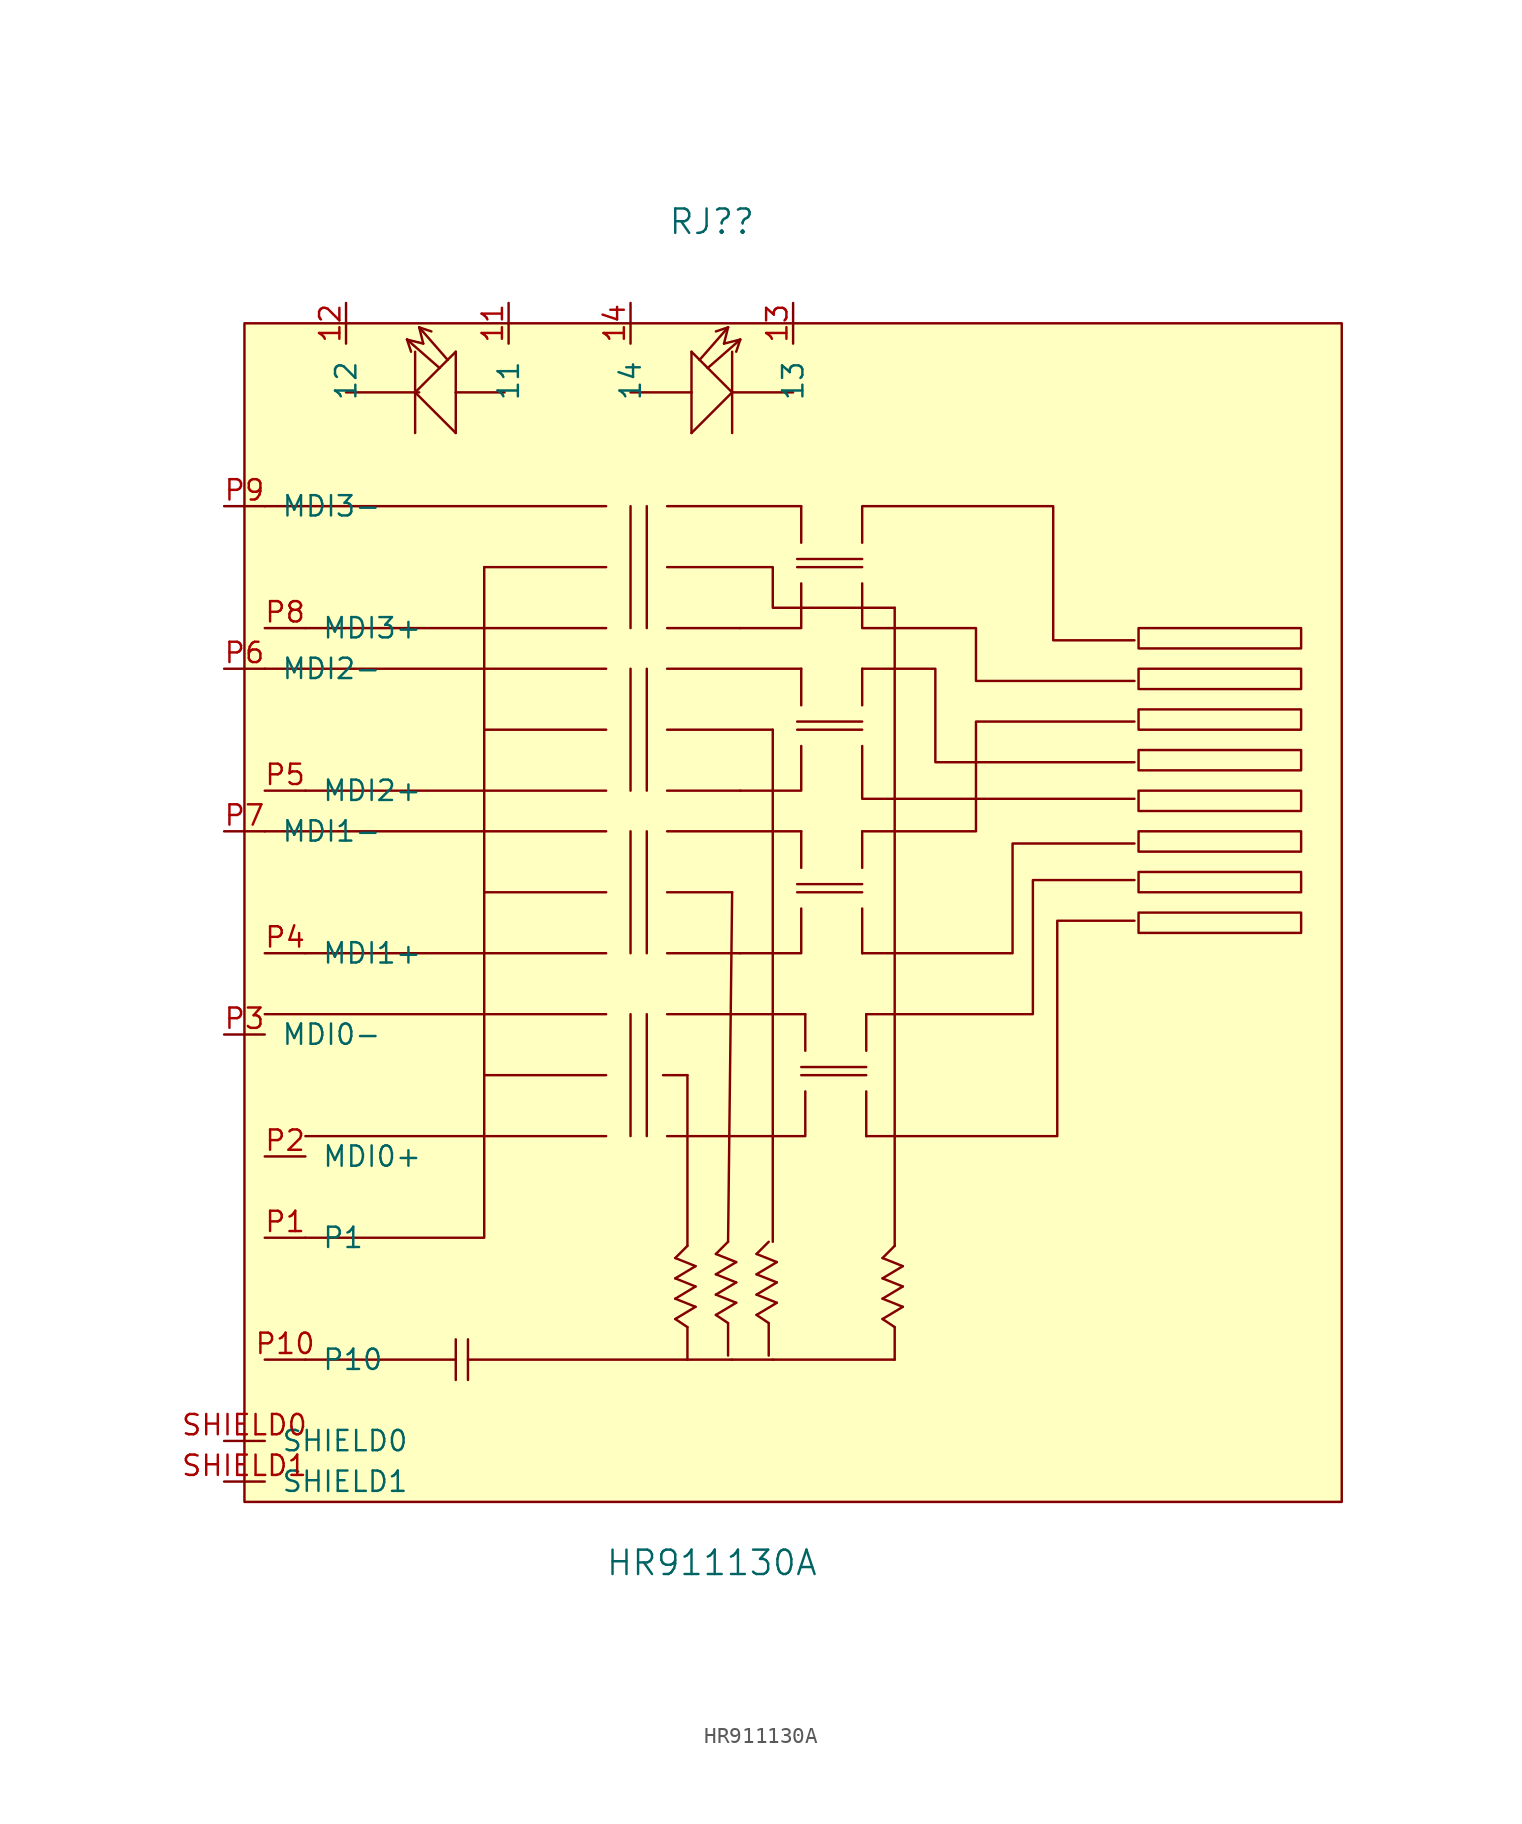
<source format=kicad_sym>
(kicad_symbol_lib
  (version 20211014)
  (generator kicad_symbol_editor)
  (symbol "HR911130A"
    (pin_names
      (offset 1.016))
    (property "Reference" "RJ?"
      (at 0 39.37 0)
      (effects (font (size 1.524 1.524))))
    (property "Value" "HR911130A"
      (at 0 -44.45 0)
      (effects (font (size 1.524 1.524))))
    (property "ki_locked" ""
      (at 0 0 0)
      (effects (font (size 1.27 1.27))))
    (symbol "HR911130A_1_1"
      (rectangle (start -29.21 33.02) (end 39.37 -40.64) (stroke (width 0) (type default) (color 0 0 0 0)) (fill (type background)))
      (polyline (pts (xy -19.05 32.004) (xy -18.796 31.242)) (stroke (width 0) (type default) (color 0 0 0 0)) (fill (type none)))
      (polyline (pts (xy -19.05 32.004) (xy -18.034 31.75)) (stroke (width 0) (type default) (color 0 0 0 0)) (fill (type none)))
      (polyline (pts (xy -18.542 28.702) (xy -18.542 26.162)) (stroke (width 0) (type default) (color 0 0 0 0)) (fill (type none)))
      (polyline (pts (xy -18.542 28.702) (xy -17.018 30.226)) (stroke (width 0) (type default) (color 0 0 0 0)) (fill (type none)))
      (polyline (pts (xy -18.542 31.242) (xy -18.542 28.702)) (stroke (width 0) (type default) (color 0 0 0 0)) (fill (type none)))
      (polyline (pts (xy -18.288 28.702) (xy -22.86 28.702)) (stroke (width 0) (type default) (color 0 0 0 0)) (fill (type none)))
      (polyline (pts (xy -18.288 32.766) (xy -18.034 31.75)) (stroke (width 0) (type default) (color 0 0 0 0)) (fill (type none)))
      (polyline (pts (xy -18.288 32.766) (xy -17.526 32.512)) (stroke (width 0) (type default) (color 0 0 0 0)) (fill (type none)))
      (polyline (pts (xy -17.018 30.226) (xy -19.05 32.004)) (stroke (width 0) (type default) (color 0 0 0 0)) (fill (type none)))
      (polyline (pts (xy -17.018 30.226) (xy -16.51 30.734)) (stroke (width 0) (type default) (color 0 0 0 0)) (fill (type none)))
      (polyline (pts (xy -16.51 30.734) (xy -18.288 32.766)) (stroke (width 0) (type default) (color 0 0 0 0)) (fill (type none)))
      (polyline (pts (xy -16.51 30.734) (xy -16.002 31.242)) (stroke (width 0) (type default) (color 0 0 0 0)) (fill (type none)))
      (polyline (pts (xy -16.002 -31.75) (xy -25.4 -31.75)) (stroke (width 0) (type default) (color 0 0 0 0)) (fill (type none)))
      (polyline (pts (xy -16.002 -30.48) (xy -16.002 -33.02)) (stroke (width 0) (type default) (color 0 0 0 0)) (fill (type none)))
      (polyline (pts (xy -16.002 26.162) (xy -18.542 28.702)) (stroke (width 0) (type default) (color 0 0 0 0)) (fill (type none)))
      (polyline (pts (xy -16.002 28.702) (xy -16.002 26.162)) (stroke (width 0) (type default) (color 0 0 0 0)) (fill (type none)))
      (polyline (pts (xy -16.002 28.702) (xy -12.954 28.702)) (stroke (width 0) (type default) (color 0 0 0 0)) (fill (type none)))
      (polyline (pts (xy -16.002 31.242) (xy -16.002 28.702)) (stroke (width 0) (type default) (color 0 0 0 0)) (fill (type none)))
      (polyline (pts (xy -15.24 -30.48) (xy -15.24 -33.02)) (stroke (width 0) (type default) (color 0 0 0 0)) (fill (type none)))
      (polyline (pts (xy -6.604 -17.78) (xy -25.4 -17.78)) (stroke (width 0) (type default) (color 0 0 0 0)) (fill (type none)))
      (polyline (pts (xy -6.604 -13.97) (xy -14.224 -13.97)) (stroke (width 0) (type default) (color 0 0 0 0)) (fill (type none)))
      (polyline (pts (xy -6.604 -10.16) (xy -27.94 -10.16)) (stroke (width 0) (type default) (color 0 0 0 0)) (fill (type none)))
      (polyline (pts (xy -6.604 -6.35) (xy -25.4 -6.35)) (stroke (width 0) (type default) (color 0 0 0 0)) (fill (type none)))
      (polyline (pts (xy -6.604 -2.54) (xy -14.224 -2.54)) (stroke (width 0) (type default) (color 0 0 0 0)) (fill (type none)))
      (polyline (pts (xy -6.604 1.27) (xy -27.94 1.27)) (stroke (width 0) (type default) (color 0 0 0 0)) (fill (type none)))
      (polyline (pts (xy -6.604 3.81) (xy -25.4 3.81)) (stroke (width 0) (type default) (color 0 0 0 0)) (fill (type none)))
      (polyline (pts (xy -6.604 7.62) (xy -14.224 7.62)) (stroke (width 0) (type default) (color 0 0 0 0)) (fill (type none)))
      (polyline (pts (xy -6.604 11.43) (xy -27.94 11.43)) (stroke (width 0) (type default) (color 0 0 0 0)) (fill (type none)))
      (polyline (pts (xy -6.604 13.97) (xy -25.4 13.97)) (stroke (width 0) (type default) (color 0 0 0 0)) (fill (type none)))
      (polyline (pts (xy -6.604 17.78) (xy -14.224 17.78)) (stroke (width 0) (type default) (color 0 0 0 0)) (fill (type none)))
      (polyline (pts (xy -6.604 21.59) (xy -27.94 21.59)) (stroke (width 0) (type default) (color 0 0 0 0)) (fill (type none)))
      (polyline (pts (xy -5.08 -10.16) (xy -5.08 -17.78)) (stroke (width 0) (type default) (color 0 0 0 0)) (fill (type none)))
      (polyline (pts (xy -5.08 1.27) (xy -5.08 -6.35)) (stroke (width 0) (type default) (color 0 0 0 0)) (fill (type none)))
      (polyline (pts (xy -5.08 11.43) (xy -5.08 3.81)) (stroke (width 0) (type default) (color 0 0 0 0)) (fill (type none)))
      (polyline (pts (xy -5.08 21.59) (xy -5.08 13.97)) (stroke (width 0) (type default) (color 0 0 0 0)) (fill (type none)))
      (polyline (pts (xy -4.064 -10.16) (xy -4.064 -17.78)) (stroke (width 0) (type default) (color 0 0 0 0)) (fill (type none)))
      (polyline (pts (xy -4.064 1.27) (xy -4.064 -6.35)) (stroke (width 0) (type default) (color 0 0 0 0)) (fill (type none)))
      (polyline (pts (xy -4.064 11.43) (xy -4.064 3.81)) (stroke (width 0) (type default) (color 0 0 0 0)) (fill (type none)))
      (polyline (pts (xy -4.064 21.59) (xy -4.064 13.97)) (stroke (width 0) (type default) (color 0 0 0 0)) (fill (type none)))
      (polyline (pts (xy -3.048 -13.97) (xy -1.524 -13.97)) (stroke (width 0) (type default) (color 0 0 0 0)) (fill (type none)))
      (polyline (pts (xy -2.794 -6.35) (xy 1.778 -6.35)) (stroke (width 0) (type default) (color 0 0 0 0)) (fill (type none)))
      (polyline (pts (xy -2.794 -2.54) (xy 1.27 -2.54)) (stroke (width 0) (type default) (color 0 0 0 0)) (fill (type none)))
      (polyline (pts (xy -2.794 3.81) (xy 1.778 3.81)) (stroke (width 0) (type default) (color 0 0 0 0)) (fill (type none)))
      (polyline (pts (xy -2.794 7.62) (xy 3.81 7.62)) (stroke (width 0) (type default) (color 0 0 0 0)) (fill (type none)))
      (polyline (pts (xy -2.794 13.97) (xy 1.778 13.97)) (stroke (width 0) (type default) (color 0 0 0 0)) (fill (type none)))
      (polyline (pts (xy -2.286 -29.21) (xy -1.524 -29.718)) (stroke (width 0) (type default) (color 0 0 0 0)) (fill (type none)))
      (polyline (pts (xy -2.286 -27.94) (xy -1.016 -28.448)) (stroke (width 0) (type default) (color 0 0 0 0)) (fill (type none)))
      (polyline (pts (xy -2.286 -26.67) (xy -1.016 -27.178)) (stroke (width 0) (type default) (color 0 0 0 0)) (fill (type none)))
      (polyline (pts (xy -2.286 -25.4) (xy -1.016 -25.908)) (stroke (width 0) (type default) (color 0 0 0 0)) (fill (type none)))
      (polyline (pts (xy -1.524 -31.75) (xy -15.24 -31.75)) (stroke (width 0) (type default) (color 0 0 0 0)) (fill (type none)))
      (polyline (pts (xy -1.524 -29.718) (xy -1.524 -31.75)) (stroke (width 0) (type default) (color 0 0 0 0)) (fill (type none)))
      (polyline (pts (xy -1.524 -24.638) (xy -2.286 -25.4)) (stroke (width 0) (type default) (color 0 0 0 0)) (fill (type none)))
      (polyline (pts (xy -1.524 -13.97) (xy -1.524 -24.638)) (stroke (width 0) (type default) (color 0 0 0 0)) (fill (type none)))
      (polyline (pts (xy -1.27 26.162) (xy 1.27 28.702)) (stroke (width 0) (type default) (color 0 0 0 0)) (fill (type none)))
      (polyline (pts (xy -1.27 28.702) (xy -5.08 28.702)) (stroke (width 0) (type default) (color 0 0 0 0)) (fill (type none)))
      (polyline (pts (xy -1.27 28.702) (xy -1.27 26.162)) (stroke (width 0) (type default) (color 0 0 0 0)) (fill (type none)))
      (polyline (pts (xy -1.27 31.242) (xy -1.27 28.702)) (stroke (width 0) (type default) (color 0 0 0 0)) (fill (type none)))
      (polyline (pts (xy -1.016 -28.448) (xy -2.286 -29.21)) (stroke (width 0) (type default) (color 0 0 0 0)) (fill (type none)))
      (polyline (pts (xy -1.016 -27.178) (xy -2.286 -27.94)) (stroke (width 0) (type default) (color 0 0 0 0)) (fill (type none)))
      (polyline (pts (xy -1.016 -25.908) (xy -2.286 -26.67)) (stroke (width 0) (type default) (color 0 0 0 0)) (fill (type none)))
      (polyline (pts (xy -0.762 30.734) (xy -1.27 31.242)) (stroke (width 0) (type default) (color 0 0 0 0)) (fill (type none)))
      (polyline (pts (xy -0.762 30.734) (xy 1.016 32.766)) (stroke (width 0) (type default) (color 0 0 0 0)) (fill (type none)))
      (polyline (pts (xy -0.254 30.226) (xy -0.762 30.734)) (stroke (width 0) (type default) (color 0 0 0 0)) (fill (type none)))
      (polyline (pts (xy -0.254 30.226) (xy 1.778 32.004)) (stroke (width 0) (type default) (color 0 0 0 0)) (fill (type none)))
      (polyline (pts (xy 0.254 -28.956) (xy 1.016 -29.464)) (stroke (width 0) (type default) (color 0 0 0 0)) (fill (type none)))
      (polyline (pts (xy 0.254 -27.686) (xy 1.524 -28.194)) (stroke (width 0) (type default) (color 0 0 0 0)) (fill (type none)))
      (polyline (pts (xy 0.254 -26.416) (xy 1.524 -26.924)) (stroke (width 0) (type default) (color 0 0 0 0)) (fill (type none)))
      (polyline (pts (xy 0.254 -25.146) (xy 1.524 -25.654)) (stroke (width 0) (type default) (color 0 0 0 0)) (fill (type none)))
      (polyline (pts (xy 1.016 -29.464) (xy 1.016 -31.496)) (stroke (width 0) (type default) (color 0 0 0 0)) (fill (type none)))
      (polyline (pts (xy 1.016 -24.384) (xy 0.254 -25.146)) (stroke (width 0) (type default) (color 0 0 0 0)) (fill (type none)))
      (polyline (pts (xy 1.016 32.766) (xy 0.254 32.512)) (stroke (width 0) (type default) (color 0 0 0 0)) (fill (type none)))
      (polyline (pts (xy 1.016 32.766) (xy 0.762 31.75)) (stroke (width 0) (type default) (color 0 0 0 0)) (fill (type none)))
      (polyline (pts (xy 1.27 -31.75) (xy -1.524 -31.75)) (stroke (width 0) (type default) (color 0 0 0 0)) (fill (type none)))
      (polyline (pts (xy 1.27 -2.54) (xy 1.016 -24.384)) (stroke (width 0) (type default) (color 0 0 0 0)) (fill (type none)))
      (polyline (pts (xy 1.27 28.702) (xy -0.254 30.226)) (stroke (width 0) (type default) (color 0 0 0 0)) (fill (type none)))
      (polyline (pts (xy 1.27 28.702) (xy 1.27 26.162)) (stroke (width 0) (type default) (color 0 0 0 0)) (fill (type none)))
      (polyline (pts (xy 1.27 28.702) (xy 5.08 28.702)) (stroke (width 0) (type default) (color 0 0 0 0)) (fill (type none)))
      (polyline (pts (xy 1.27 31.242) (xy 1.27 28.702)) (stroke (width 0) (type default) (color 0 0 0 0)) (fill (type none)))
      (polyline (pts (xy 1.524 -28.194) (xy 0.254 -28.956)) (stroke (width 0) (type default) (color 0 0 0 0)) (fill (type none)))
      (polyline (pts (xy 1.524 -26.924) (xy 0.254 -27.686)) (stroke (width 0) (type default) (color 0 0 0 0)) (fill (type none)))
      (polyline (pts (xy 1.524 -25.654) (xy 0.254 -26.416)) (stroke (width 0) (type default) (color 0 0 0 0)) (fill (type none)))
      (polyline (pts (xy 1.778 32.004) (xy 0.762 31.75)) (stroke (width 0) (type default) (color 0 0 0 0)) (fill (type none)))
      (polyline (pts (xy 1.778 32.004) (xy 1.524 31.242)) (stroke (width 0) (type default) (color 0 0 0 0)) (fill (type none)))
      (polyline (pts (xy 2.794 -28.956) (xy 3.556 -29.464)) (stroke (width 0) (type default) (color 0 0 0 0)) (fill (type none)))
      (polyline (pts (xy 2.794 -27.686) (xy 4.064 -28.194)) (stroke (width 0) (type default) (color 0 0 0 0)) (fill (type none)))
      (polyline (pts (xy 2.794 -26.416) (xy 4.064 -26.924)) (stroke (width 0) (type default) (color 0 0 0 0)) (fill (type none)))
      (polyline (pts (xy 2.794 -25.146) (xy 4.064 -25.654)) (stroke (width 0) (type default) (color 0 0 0 0)) (fill (type none)))
      (polyline (pts (xy 3.556 -29.464) (xy 3.556 -31.496)) (stroke (width 0) (type default) (color 0 0 0 0)) (fill (type none)))
      (polyline (pts (xy 3.556 -24.384) (xy 2.794 -25.146)) (stroke (width 0) (type default) (color 0 0 0 0)) (fill (type none)))
      (polyline (pts (xy 3.81 -31.75) (xy 1.27 -31.75)) (stroke (width 0) (type default) (color 0 0 0 0)) (fill (type none)))
      (polyline (pts (xy 3.81 7.62) (xy 3.81 -24.384)) (stroke (width 0) (type default) (color 0 0 0 0)) (fill (type none)))
      (polyline (pts (xy 4.064 -28.194) (xy 2.794 -28.956)) (stroke (width 0) (type default) (color 0 0 0 0)) (fill (type none)))
      (polyline (pts (xy 4.064 -26.924) (xy 2.794 -27.686)) (stroke (width 0) (type default) (color 0 0 0 0)) (fill (type none)))
      (polyline (pts (xy 4.064 -25.654) (xy 2.794 -26.416)) (stroke (width 0) (type default) (color 0 0 0 0)) (fill (type none)))
      (polyline (pts (xy 5.334 -2.54) (xy 9.398 -2.54)) (stroke (width 0) (type default) (color 0 0 0 0)) (fill (type none)))
      (polyline (pts (xy 5.334 -2.032) (xy 9.398 -2.032)) (stroke (width 0) (type default) (color 0 0 0 0)) (fill (type none)))
      (polyline (pts (xy 5.334 7.62) (xy 9.398 7.62)) (stroke (width 0) (type default) (color 0 0 0 0)) (fill (type none)))
      (polyline (pts (xy 5.334 8.128) (xy 9.398 8.128)) (stroke (width 0) (type default) (color 0 0 0 0)) (fill (type none)))
      (polyline (pts (xy 5.334 17.78) (xy 9.398 17.78)) (stroke (width 0) (type default) (color 0 0 0 0)) (fill (type none)))
      (polyline (pts (xy 5.334 18.288) (xy 9.398 18.288)) (stroke (width 0) (type default) (color 0 0 0 0)) (fill (type none)))
      (polyline (pts (xy 5.588 -13.97) (xy 9.652 -13.97)) (stroke (width 0) (type default) (color 0 0 0 0)) (fill (type none)))
      (polyline (pts (xy 5.588 -13.462) (xy 9.652 -13.462)) (stroke (width 0) (type default) (color 0 0 0 0)) (fill (type none)))
      (polyline (pts (xy 5.588 -1.016) (xy 5.588 1.27)) (stroke (width 0) (type default) (color 0 0 0 0)) (fill (type none)))
      (polyline (pts (xy 5.588 1.27) (xy -2.794 1.27)) (stroke (width 0) (type default) (color 0 0 0 0)) (fill (type none)))
      (polyline (pts (xy 5.588 9.144) (xy 5.588 11.43)) (stroke (width 0) (type default) (color 0 0 0 0)) (fill (type none)))
      (polyline (pts (xy 5.588 11.43) (xy -2.794 11.43)) (stroke (width 0) (type default) (color 0 0 0 0)) (fill (type none)))
      (polyline (pts (xy 5.588 19.304) (xy 5.588 21.59)) (stroke (width 0) (type default) (color 0 0 0 0)) (fill (type none)))
      (polyline (pts (xy 5.588 21.59) (xy -2.794 21.59)) (stroke (width 0) (type default) (color 0 0 0 0)) (fill (type none)))
      (polyline (pts (xy 5.842 -12.446) (xy 5.842 -10.16)) (stroke (width 0) (type default) (color 0 0 0 0)) (fill (type none)))
      (polyline (pts (xy 5.842 -10.16) (xy -2.794 -10.16)) (stroke (width 0) (type default) (color 0 0 0 0)) (fill (type none)))
      (polyline (pts (xy 9.398 -3.556) (xy 9.398 -6.35)) (stroke (width 0) (type default) (color 0 0 0 0)) (fill (type none)))
      (polyline (pts (xy 9.398 1.27) (xy 9.398 -1.016)) (stroke (width 0) (type default) (color 0 0 0 0)) (fill (type none)))
      (polyline (pts (xy 9.398 11.43) (xy 9.398 9.144)) (stroke (width 0) (type default) (color 0 0 0 0)) (fill (type none)))
      (polyline (pts (xy 9.652 -14.986) (xy 9.652 -17.78)) (stroke (width 0) (type default) (color 0 0 0 0)) (fill (type none)))
      (polyline (pts (xy 9.652 -10.16) (xy 9.652 -12.446)) (stroke (width 0) (type default) (color 0 0 0 0)) (fill (type none)))
      (polyline (pts (xy 10.668 -29.21) (xy 11.43 -29.718)) (stroke (width 0) (type default) (color 0 0 0 0)) (fill (type none)))
      (polyline (pts (xy 10.668 -27.94) (xy 11.938 -28.448)) (stroke (width 0) (type default) (color 0 0 0 0)) (fill (type none)))
      (polyline (pts (xy 10.668 -26.67) (xy 11.938 -27.178)) (stroke (width 0) (type default) (color 0 0 0 0)) (fill (type none)))
      (polyline (pts (xy 10.668 -25.4) (xy 11.938 -25.908)) (stroke (width 0) (type default) (color 0 0 0 0)) (fill (type none)))
      (polyline (pts (xy 11.43 -31.75) (xy 3.81 -31.75)) (stroke (width 0) (type default) (color 0 0 0 0)) (fill (type none)))
      (polyline (pts (xy 11.43 -29.718) (xy 11.43 -31.75)) (stroke (width 0) (type default) (color 0 0 0 0)) (fill (type none)))
      (polyline (pts (xy 11.43 -24.638) (xy 10.668 -25.4)) (stroke (width 0) (type default) (color 0 0 0 0)) (fill (type none)))
      (polyline (pts (xy 11.43 15.24) (xy 11.43 -24.638)) (stroke (width 0) (type default) (color 0 0 0 0)) (fill (type none)))
      (polyline (pts (xy 11.938 -28.448) (xy 10.668 -29.21)) (stroke (width 0) (type default) (color 0 0 0 0)) (fill (type none)))
      (polyline (pts (xy 11.938 -27.178) (xy 10.668 -27.94)) (stroke (width 0) (type default) (color 0 0 0 0)) (fill (type none)))
      (polyline (pts (xy 11.938 -25.908) (xy 10.668 -26.67)) (stroke (width 0) (type default) (color 0 0 0 0)) (fill (type none)))
      (polyline (pts (xy -14.224 17.78) (xy -14.224 -24.13) (xy -25.4 -24.13)) (stroke (width 0) (type default) (color 0 0 0 0)) (fill (type none)))
      (polyline (pts (xy -2.794 -17.78) (xy 5.842 -17.78) (xy 5.842 -14.986)) (stroke (width 0) (type default) (color 0 0 0 0)) (fill (type none)))
      (polyline (pts (xy 1.778 -6.35) (xy 5.588 -6.35) (xy 5.588 -3.556)) (stroke (width 0) (type default) (color 0 0 0 0)) (fill (type none)))
      (polyline (pts (xy 1.778 3.81) (xy 5.588 3.81) (xy 5.588 6.604)) (stroke (width 0) (type default) (color 0 0 0 0)) (fill (type none)))
      (polyline (pts (xy 1.778 13.97) (xy 5.588 13.97) (xy 5.588 16.764)) (stroke (width 0) (type default) (color 0 0 0 0)) (fill (type none)))
      (polyline (pts (xy 9.398 6.604) (xy 9.398 3.302) (xy 26.416 3.302)) (stroke (width 0) (type default) (color 0 0 0 0)) (fill (type none)))
      (polyline (pts (xy -2.794 17.78) (xy 3.81 17.78) (xy 3.81 15.24) (xy 11.43 15.24)) (stroke (width 0) (type default) (color 0 0 0 0)) (fill (type none)))
      (polyline (pts (xy 9.398 11.43) (xy 13.97 11.43) (xy 13.97 5.588) (xy 26.416 5.588)) (stroke (width 0) (type default) (color 0 0 0 0)) (fill (type none)))
      (polyline (pts (xy 26.416 -4.318) (xy 21.59 -4.318) (xy 21.59 -17.78) (xy 9.652 -17.78)) (stroke (width 0) (type default) (color 0 0 0 0)) (fill (type none)))
      (polyline (pts (xy 26.416 -1.778) (xy 20.066 -1.778) (xy 20.066 -10.16) (xy 9.652 -10.16)) (stroke (width 0) (type default) (color 0 0 0 0)) (fill (type none)))
      (polyline (pts (xy 26.416 0.508) (xy 18.796 0.508) (xy 18.796 -6.35) (xy 9.398 -6.35)) (stroke (width 0) (type default) (color 0 0 0 0)) (fill (type none)))
      (polyline (pts (xy 26.416 8.128) (xy 16.51 8.128) (xy 16.51 1.27) (xy 9.398 1.27)) (stroke (width 0) (type default) (color 0 0 0 0)) (fill (type none)))
      (polyline (pts (xy 9.398 16.764) (xy 9.398 13.97) (xy 16.51 13.97) (xy 16.51 10.668) (xy 26.416 10.668)) (stroke (width 0) (type default) (color 0 0 0 0)) (fill (type none)))
      (polyline (pts (xy 26.416 13.208) (xy 21.336 13.208) (xy 21.336 21.59) (xy 9.398 21.59) (xy 9.398 19.304)) (stroke (width 0) (type default) (color 0 0 0 0)) (fill (type none)))
      (rectangle (start 26.67 -3.81) (end 36.83 -5.08) (stroke (width 0) (type default) (color 0 0 0 0)) (fill (type background)))
      (rectangle (start 26.67 -1.27) (end 36.83 -2.54) (stroke (width 0) (type default) (color 0 0 0 0)) (fill (type background)))
      (rectangle (start 26.67 1.27) (end 36.83 0) (stroke (width 0) (type default) (color 0 0 0 0)) (fill (type background)))
      (rectangle (start 26.67 3.81) (end 36.83 2.54) (stroke (width 0) (type default) (color 0 0 0 0)) (fill (type background)))
      (rectangle (start 26.67 6.35) (end 36.83 5.08) (stroke (width 0) (type default) (color 0 0 0 0)) (fill (type background)))
      (rectangle (start 26.67 8.89) (end 36.83 7.62) (stroke (width 0) (type default) (color 0 0 0 0)) (fill (type background)))
      (rectangle (start 26.67 11.43) (end 36.83 10.16) (stroke (width 0) (type default) (color 0 0 0 0)) (fill (type background)))
      (rectangle (start 26.67 13.97) (end 36.83 12.7) (stroke (width 0) (type default) (color 0 0 0 0)) (fill (type background)))
      (pin unspecified line (at -12.7 34.29 270) (length 2.54) (name "11" (effects (font (size 1.27 1.27)))) (number "11" (effects (font (size 1.27 1.27)))))
      (pin unspecified line (at -22.86 34.29 270) (length 2.54) (name "12" (effects (font (size 1.27 1.27)))) (number "12" (effects (font (size 1.27 1.27)))))
      (pin unspecified line (at 5.08 34.29 270) (length 2.54) (name "13" (effects (font (size 1.27 1.27)))) (number "13" (effects (font (size 1.27 1.27)))))
      (pin unspecified line (at -5.08 34.29 270) (length 2.54) (name "14" (effects (font (size 1.27 1.27)))) (number "14" (effects (font (size 1.27 1.27)))))
      (pin unspecified line (at -27.94 -24.13 0) (length 2.54) (name "P1" (effects (font (size 1.27 1.27)))) (number "P1" (effects (font (size 1.27 1.27)))))
      (pin unspecified line (at -27.94 -31.75 0) (length 2.54) (name "P10" (effects (font (size 1.27 1.27)))) (number "P10" (effects (font (size 1.27 1.27)))))
      (pin unspecified line (at -27.94 -19.05 0) (length 2.54) (name "MDI0+" (effects (font (size 1.27 1.27)))) (number "P2" (effects (font (size 1.27 1.27)))))
      (pin unspecified line (at -30.48 -11.43 0) (length 2.54) (name "MDI0-" (effects (font (size 1.27 1.27)))) (number "P3" (effects (font (size 1.27 1.27)))))
      (pin unspecified line (at -27.94 -6.35 0) (length 2.54) (name "MDI1+" (effects (font (size 1.27 1.27)))) (number "P4" (effects (font (size 1.27 1.27)))))
      (pin unspecified line (at -27.94 3.81 0) (length 2.54) (name "MDI2+" (effects (font (size 1.27 1.27)))) (number "P5" (effects (font (size 1.27 1.27)))))
      (pin unspecified line (at -30.48 11.43 0) (length 2.54) (name "MDI2-" (effects (font (size 1.27 1.27)))) (number "P6" (effects (font (size 1.27 1.27)))))
      (pin unspecified line (at -30.48 1.27 0) (length 2.54) (name "MDI1-" (effects (font (size 1.27 1.27)))) (number "P7" (effects (font (size 1.27 1.27)))))
      (pin unspecified line (at -27.94 13.97 0) (length 2.54) (name "MDI3+" (effects (font (size 1.27 1.27)))) (number "P8" (effects (font (size 1.27 1.27)))))
      (pin unspecified line (at -30.48 21.59 0) (length 2.54) (name "MDI3-" (effects (font (size 1.27 1.27)))) (number "P9" (effects (font (size 1.27 1.27)))))
      (pin unspecified line (at -30.48 -36.83 0) (length 2.54) (name "SHIELD0" (effects (font (size 1.27 1.27)))) (number "SHIELD0" (effects (font (size 1.27 1.27)))))
      (pin unspecified line (at -30.48 -39.37 0) (length 2.54) (name "SHIELD1" (effects (font (size 1.27 1.27)))) (number "SHIELD1" (effects (font (size 1.27 1.27))))))))
</source>
